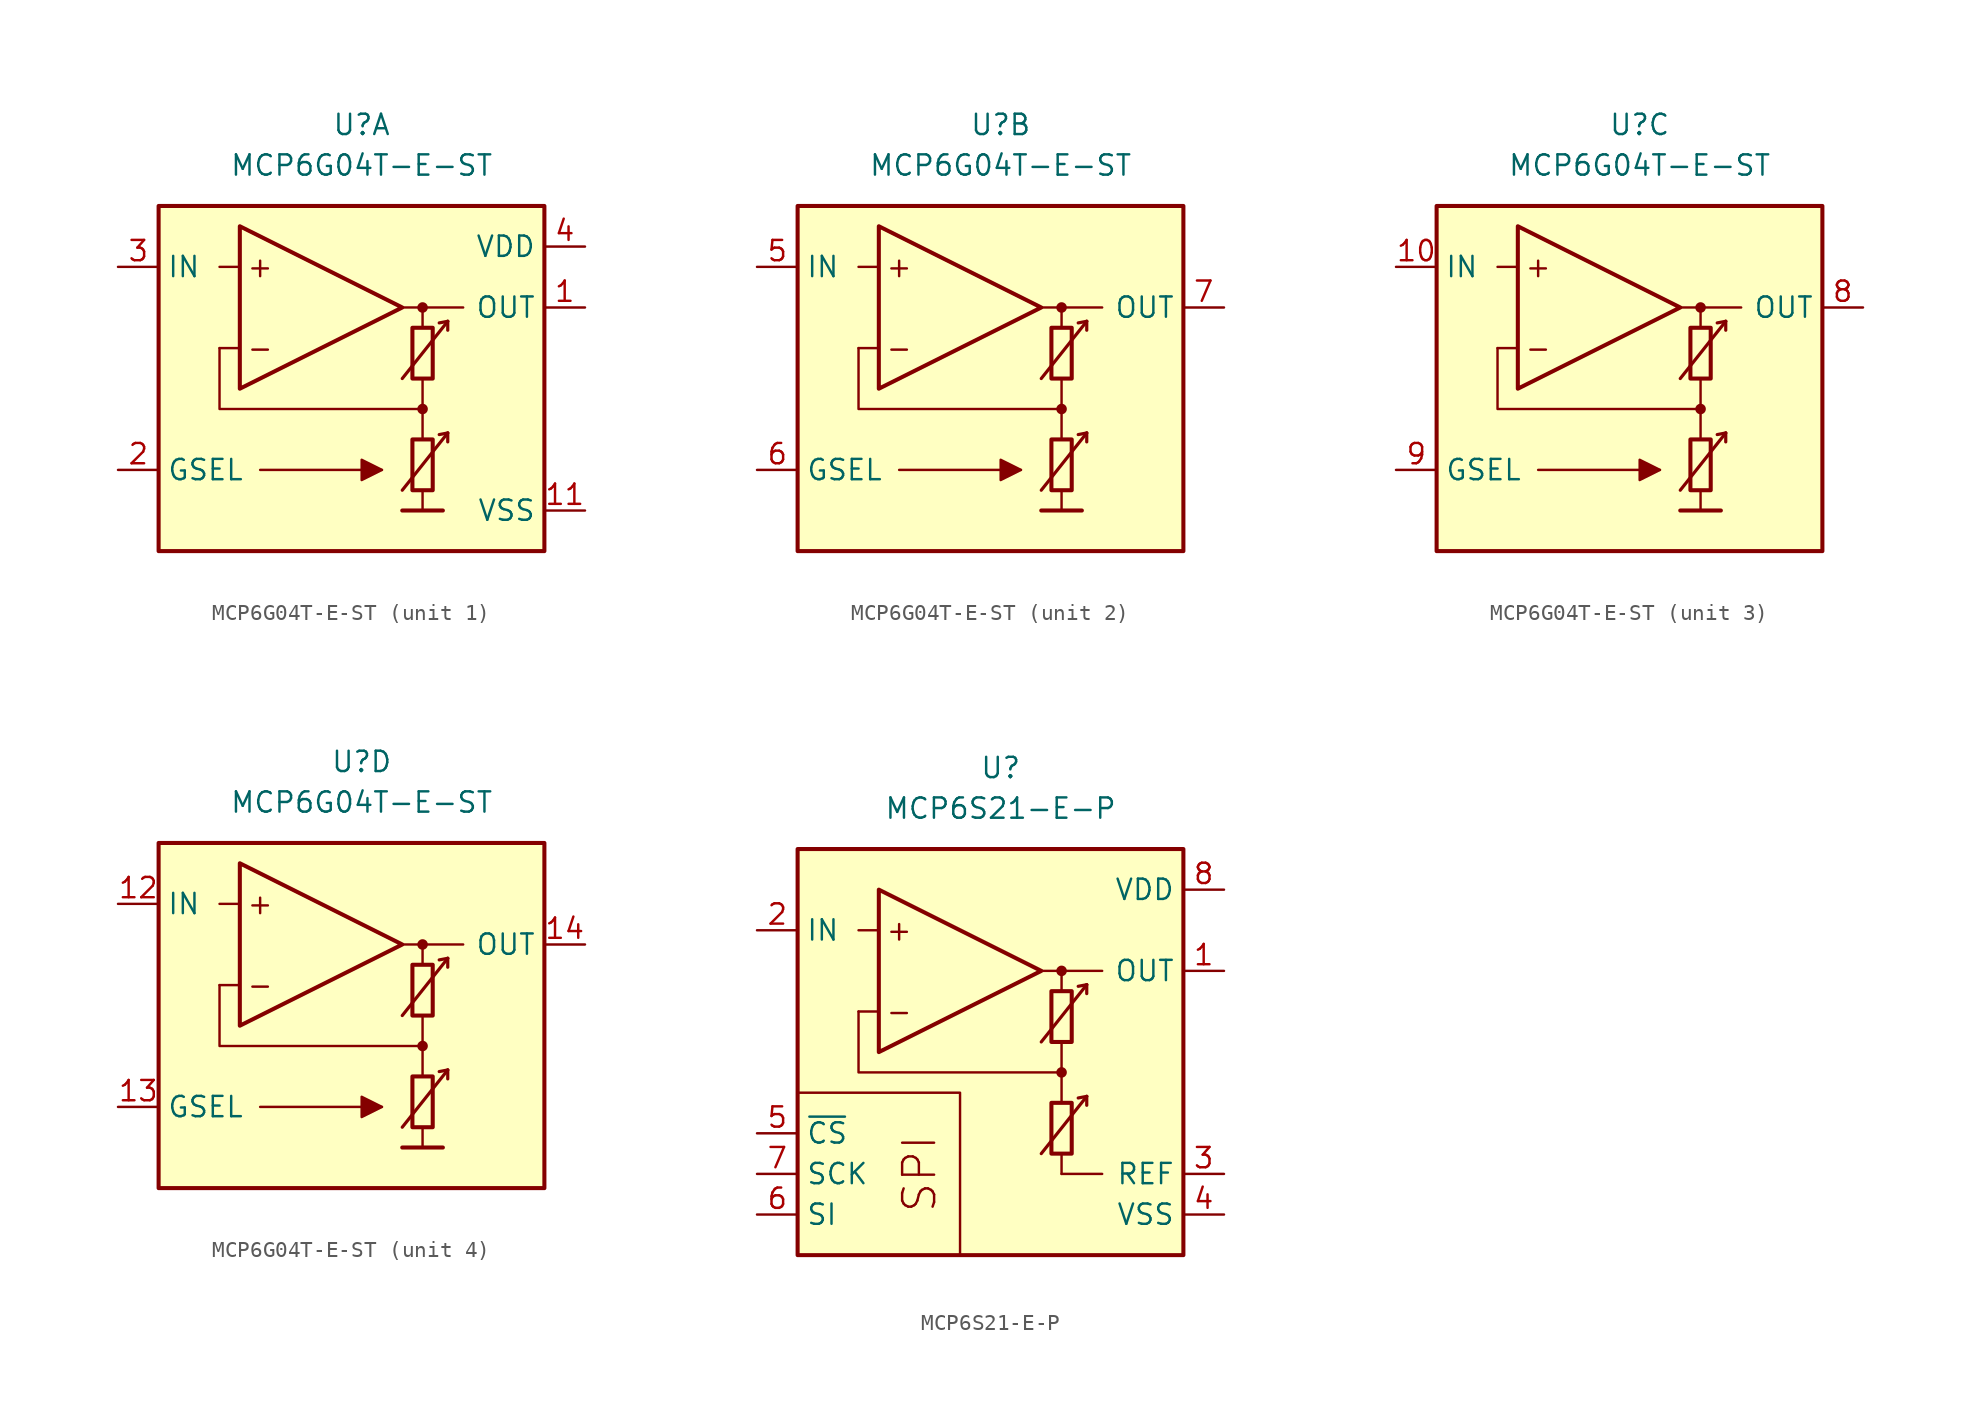
<source format=kicad_sym>
(kicad_symbol_lib
  (version 20211014)
  (generator kicad_symbol_editor)
  (symbol "MCP6G04T-E-ST"
    (property "Reference" "U"
      (at 0 16.51 0)
      (effects (font (size 1.27 1.27))))
    (property "Value" "MCP6G04T-E-ST"
      (at 0 13.97 0)
      (effects (font (size 1.27 1.27))))
    (property "ki_locked" ""
      (at 0 0 0)
      (effects (font (size 1.27 1.27))))
    (symbol "MCP6G04T-E-ST_0_0"
      (rectangle (start -12.7 11.43) (end 11.43 -10.16) (stroke (width 0.254) (type default) (color 0 0 0 0)) (fill (type background)))
      (polyline (pts (xy 3.81 -3.81)) (stroke (width 0.152) (type default) (color 0 0 0 0)) (fill (type none)))
      (polyline (pts (xy 3.81 3.81)) (stroke (width 0.152) (type default) (color 0 0 0 0)) (fill (type none)))
      (polyline (pts (xy -7.62 2.54) (xy -8.89 2.54)) (stroke (width 0.152) (type default) (color 0 0 0 0)) (fill (type none)))
      (polyline (pts (xy -7.62 7.62) (xy -8.89 7.62)) (stroke (width 0.152) (type default) (color 0 0 0 0)) (fill (type none)))
      (polyline (pts (xy 2.54 -7.62) (xy 5.08 -7.62)) (stroke (width 0.254) (type default) (color 0 0 0 0)) (fill (type none)))
      (polyline (pts (xy 2.54 5.08) (xy 6.35 5.08)) (stroke (width 0.152) (type default) (color 0 0 0 0)) (fill (type none)))
      (polyline (pts (xy 3.81 -6.35) (xy 3.81 -7.62)) (stroke (width 0.152) (type default) (color 0 0 0 0)) (fill (type none)))
      (polyline (pts (xy 3.81 -1.27) (xy 3.81 -3.175)) (stroke (width 0.152) (type default) (color 0 0 0 0)) (fill (type none)))
      (polyline (pts (xy 3.81 0.635) (xy 3.81 -1.27)) (stroke (width 0.152) (type default) (color 0 0 0 0)) (fill (type none)))
      (polyline (pts (xy 3.81 5.08) (xy 3.81 3.81)) (stroke (width 0.152) (type default) (color 0 0 0 0)) (fill (type none)))
      (polyline (pts (xy 3.81 -1.27) (xy -8.89 -1.27) (xy -8.89 2.54)) (stroke (width 0.152) (type default) (color 0 0 0 0)) (fill (type none)))
      (circle (center 3.81 -1.27) (radius 0.254) (stroke (width 0.152) (type default) (color 0 0 0 0)) (fill (type outline)))
      (circle (center 3.81 5.08) (radius 0.254) (stroke (width 0.152) (type default) (color 0 0 0 0)) (fill (type outline)))
      (text "+" (at -6.35 7.62 0) (effects (font (size 1.27 1.27))))
      (text "-" (at -6.35 2.54 0) (effects (font (size 1.27 1.27)))))
    (symbol "MCP6G04T-E-ST_0_1"
      (polyline (pts (xy -6.35 -5.08) (xy 1.27 -5.08)) (stroke (width 0.152) (type default) (color 0 0 0 0)) (fill (type none)))
      (polyline (pts (xy 5.385 -2.769) (xy 4.851 -2.87)) (stroke (width 0.2) (type default) (color 0 0 0 0)) (fill (type none)))
      (polyline (pts (xy 5.385 -2.769) (xy 5.385 -3.327)) (stroke (width 0.2) (type default) (color 0 0 0 0)) (fill (type none)))
      (polyline (pts (xy 5.385 4.216) (xy 4.851 4.115)) (stroke (width 0.2) (type default) (color 0 0 0 0)) (fill (type none)))
      (polyline (pts (xy 5.385 4.216) (xy 5.385 3.658)) (stroke (width 0.2) (type default) (color 0 0 0 0)) (fill (type none)))
      (polyline (pts (xy -7.62 10.16) (xy -7.62 0) (xy 2.54 5.08) (xy -7.62 10.16)) (stroke (width 0.254) (type default) (color 0 0 0 0)) (fill (type background)))
      (polyline (pts (xy 2.54 -6.35) (xy 5.385 -2.769) (xy 5.385 -2.769) (xy 5.385 -2.769)) (stroke (width 0.2) (type default) (color 0 0 0 0)) (fill (type none)))
      (polyline (pts (xy 2.54 0.635) (xy 5.385 4.216) (xy 5.385 4.216) (xy 5.385 4.216)) (stroke (width 0.2) (type default) (color 0 0 0 0)) (fill (type none)))
      (polyline (pts (xy 1.27 -5.08) (xy 0 -4.445) (xy 0 -5.715) (xy 1.27 -5.08) (xy 0 -4.445)) (stroke (width 0.152) (type default) (color 0 0 0 0)) (fill (type outline)))
      (rectangle (start 3.175 -3.175) (end 4.445 -6.35) (stroke (width 0.254) (type default) (color 0 0 0 0)) (fill (type none)))
      (rectangle (start 3.175 3.81) (end 4.445 0.635) (stroke (width 0.254) (type default) (color 0 0 0 0)) (fill (type none))))
    (symbol "MCP6G04T-E-ST_1_1"
      (pin output line (at 13.97 5.08 180) (length 2.54) (name "OUT" (effects (font (size 1.27 1.27)))) (number "1" (effects (font (size 1.27 1.27)))))
      (pin power_in line (at 13.97 -7.62 180) (length 2.54) (name "VSS" (effects (font (size 1.27 1.27)))) (number "11" (effects (font (size 1.27 1.27)))))
      (pin input line (at -15.24 -5.08 0) (length 2.54) (name "GSEL" (effects (font (size 1.27 1.27)))) (number "2" (effects (font (size 1.27 1.27)))))
      (pin input line (at -15.24 7.62 0) (length 2.54) (name "IN" (effects (font (size 1.27 1.27)))) (number "3" (effects (font (size 1.27 1.27)))))
      (pin power_in line (at 13.97 8.89 180) (length 2.54) (name "VDD" (effects (font (size 1.27 1.27)))) (number "4" (effects (font (size 1.27 1.27))))))
    (symbol "MCP6G04T-E-ST_2_1"
      (pin input line (at -15.24 7.62 0) (length 2.54) (name "IN" (effects (font (size 1.27 1.27)))) (number "5" (effects (font (size 1.27 1.27)))))
      (pin input line (at -15.24 -5.08 0) (length 2.54) (name "GSEL" (effects (font (size 1.27 1.27)))) (number "6" (effects (font (size 1.27 1.27)))))
      (pin output line (at 13.97 5.08 180) (length 2.54) (name "OUT" (effects (font (size 1.27 1.27)))) (number "7" (effects (font (size 1.27 1.27))))))
    (symbol "MCP6G04T-E-ST_3_1"
      (pin input line (at -15.24 7.62 0) (length 2.54) (name "IN" (effects (font (size 1.27 1.27)))) (number "10" (effects (font (size 1.27 1.27)))))
      (pin output line (at 13.97 5.08 180) (length 2.54) (name "OUT" (effects (font (size 1.27 1.27)))) (number "8" (effects (font (size 1.27 1.27)))))
      (pin input line (at -15.24 -5.08 0) (length 2.54) (name "GSEL" (effects (font (size 1.27 1.27)))) (number "9" (effects (font (size 1.27 1.27))))))
    (symbol "MCP6G04T-E-ST_4_1"
      (pin input line (at -15.24 7.62 0) (length 2.54) (name "IN" (effects (font (size 1.27 1.27)))) (number "12" (effects (font (size 1.27 1.27)))))
      (pin input line (at -15.24 -5.08 0) (length 2.54) (name "GSEL" (effects (font (size 1.27 1.27)))) (number "13" (effects (font (size 1.27 1.27)))))
      (pin output line (at 13.97 5.08 180) (length 2.54) (name "OUT" (effects (font (size 1.27 1.27)))) (number "14" (effects (font (size 1.27 1.27)))))))
  (symbol "MCP6S21-E-P"
    (property "Reference" "U"
      (at 0 17.78 0)
      (effects (font (size 1.27 1.27))))
    (property "Value" "MCP6S21-E-P"
      (at 0 15.24 0)
      (effects (font (size 1.27 1.27))))
    (symbol "MCP6S21-E-P_0_0"
      (rectangle (start -12.7 12.7) (end 11.43 -12.7) (stroke (width 0.254) (type default) (color 0 0 0 0)) (fill (type background)))
      (polyline (pts (xy 3.81 -3.81)) (stroke (width 0.152) (type default) (color 0 0 0 0)) (fill (type none)))
      (polyline (pts (xy 3.81 3.81)) (stroke (width 0.152) (type default) (color 0 0 0 0)) (fill (type none)))
      (polyline (pts (xy -7.62 2.54) (xy -8.89 2.54)) (stroke (width 0.152) (type default) (color 0 0 0 0)) (fill (type none)))
      (polyline (pts (xy -7.62 7.62) (xy -8.89 7.62)) (stroke (width 0.152) (type default) (color 0 0 0 0)) (fill (type none)))
      (polyline (pts (xy 2.54 5.08) (xy 6.35 5.08)) (stroke (width 0.152) (type default) (color 0 0 0 0)) (fill (type none)))
      (polyline (pts (xy 3.81 -6.35) (xy 3.81 -7.62)) (stroke (width 0.152) (type default) (color 0 0 0 0)) (fill (type none)))
      (polyline (pts (xy 3.81 -1.27) (xy 3.81 -3.175)) (stroke (width 0.152) (type default) (color 0 0 0 0)) (fill (type none)))
      (polyline (pts (xy 3.81 0.635) (xy 3.81 -1.27)) (stroke (width 0.152) (type default) (color 0 0 0 0)) (fill (type none)))
      (polyline (pts (xy 3.81 5.08) (xy 3.81 3.81)) (stroke (width 0.152) (type default) (color 0 0 0 0)) (fill (type none)))
      (polyline (pts (xy -2.54 -12.7) (xy -2.54 -2.54) (xy -12.7 -2.54)) (stroke (width 0.152) (type default) (color 0 0 0 0)) (fill (type none)))
      (polyline (pts (xy 3.81 -1.27) (xy -8.89 -1.27) (xy -8.89 2.54)) (stroke (width 0.152) (type default) (color 0 0 0 0)) (fill (type none)))
      (circle (center 3.81 -1.27) (radius 0.254) (stroke (width 0.152) (type default) (color 0 0 0 0)) (fill (type outline)))
      (circle (center 3.81 5.08) (radius 0.254) (stroke (width 0.152) (type default) (color 0 0 0 0)) (fill (type outline)))
      (text "+" (at -6.35 7.62 0) (effects (font (size 1.27 1.27))))
      (text "-" (at -6.35 2.54 0) (effects (font (size 1.27 1.27))))
      (text "SPI" (at -5.08 -7.62 900) (effects (font (size 2 2)))))
    (symbol "MCP6S21-E-P_0_1"
      (polyline (pts (xy 3.81 -7.62) (xy 6.35 -7.62)) (stroke (width 0) (type default) (color 0 0 0 0)) (fill (type none)))
      (polyline (pts (xy 5.385 -2.769) (xy 4.851 -2.87)) (stroke (width 0.2) (type default) (color 0 0 0 0)) (fill (type none)))
      (polyline (pts (xy 5.385 -2.769) (xy 5.385 -3.327)) (stroke (width 0.2) (type default) (color 0 0 0 0)) (fill (type none)))
      (polyline (pts (xy 5.385 4.216) (xy 4.851 4.115)) (stroke (width 0.2) (type default) (color 0 0 0 0)) (fill (type none)))
      (polyline (pts (xy 5.385 4.216) (xy 5.385 3.658)) (stroke (width 0.2) (type default) (color 0 0 0 0)) (fill (type none)))
      (polyline (pts (xy -7.62 10.16) (xy -7.62 0) (xy 2.54 5.08) (xy -7.62 10.16)) (stroke (width 0.254) (type default) (color 0 0 0 0)) (fill (type background)))
      (polyline (pts (xy 2.54 -6.35) (xy 5.385 -2.769) (xy 5.385 -2.769) (xy 5.385 -2.769)) (stroke (width 0.2) (type default) (color 0 0 0 0)) (fill (type none)))
      (polyline (pts (xy 2.54 0.635) (xy 5.385 4.216) (xy 5.385 4.216) (xy 5.385 4.216)) (stroke (width 0.2) (type default) (color 0 0 0 0)) (fill (type none)))
      (rectangle (start 3.175 -3.175) (end 4.445 -6.35) (stroke (width 0.254) (type default) (color 0 0 0 0)) (fill (type none)))
      (rectangle (start 3.175 3.81) (end 4.445 0.635) (stroke (width 0.254) (type default) (color 0 0 0 0)) (fill (type none))))
    (symbol "MCP6S21-E-P_1_1"
      (pin output line (at 13.97 5.08 180) (length 2.54) (name "OUT" (effects (font (size 1.27 1.27)))) (number "1" (effects (font (size 1.27 1.27)))))
      (pin input line (at -15.24 7.62 0) (length 2.54) (name "IN" (effects (font (size 1.27 1.27)))) (number "2" (effects (font (size 1.27 1.27)))))
      (pin passive line (at 13.97 -7.62 180) (length 2.54) (name "REF" (effects (font (size 1.27 1.27)))) (number "3" (effects (font (size 1.27 1.27)))))
      (pin power_in line (at 13.97 -10.16 180) (length 2.54) (name "VSS" (effects (font (size 1.27 1.27)))) (number "4" (effects (font (size 1.27 1.27)))))
      (pin input line (at -15.24 -5.08 0) (length 2.54) (name "~{CS}" (effects (font (size 1.27 1.27)))) (number "5" (effects (font (size 1.27 1.27)))))
      (pin input line (at -15.24 -10.16 0) (length 2.54) (name "SI" (effects (font (size 1.27 1.27)))) (number "6" (effects (font (size 1.27 1.27)))))
      (pin input line (at -15.24 -7.62 0) (length 2.54) (name "SCK" (effects (font (size 1.27 1.27)))) (number "7" (effects (font (size 1.27 1.27)))))
      (pin power_in line (at 13.97 10.16 180) (length 2.54) (name "VDD" (effects (font (size 1.27 1.27)))) (number "8" (effects (font (size 1.27 1.27))))))))
</source>
